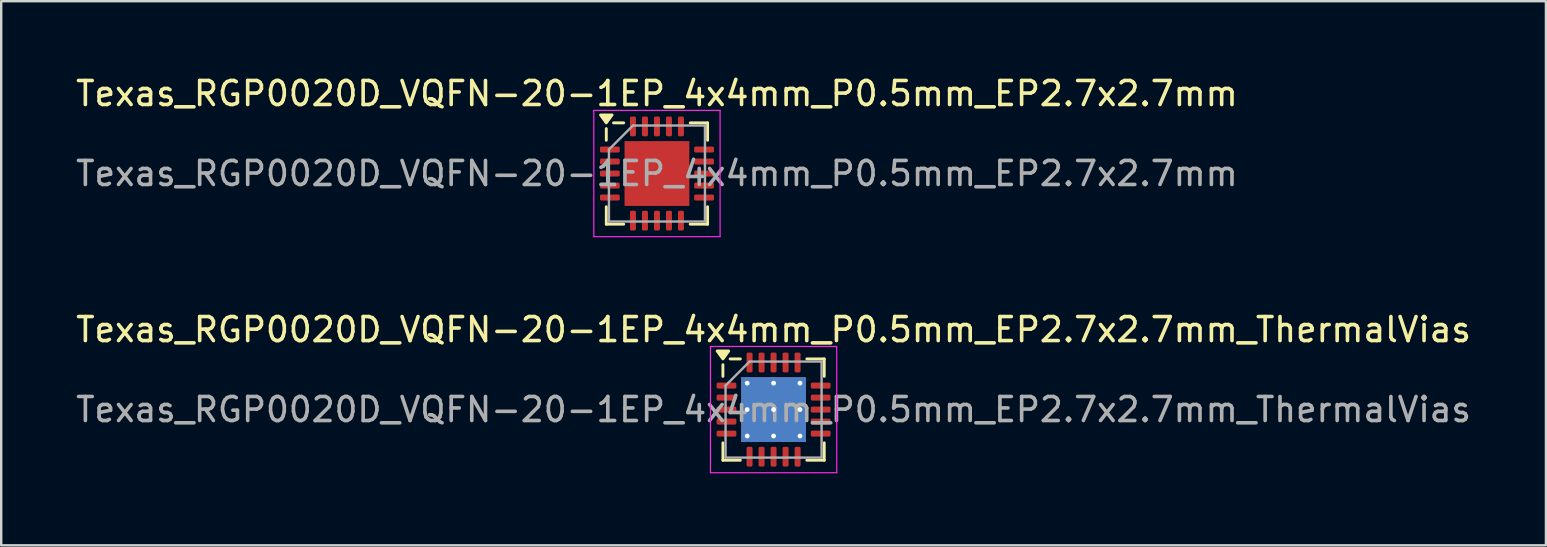
<source format=kicad_pcb>
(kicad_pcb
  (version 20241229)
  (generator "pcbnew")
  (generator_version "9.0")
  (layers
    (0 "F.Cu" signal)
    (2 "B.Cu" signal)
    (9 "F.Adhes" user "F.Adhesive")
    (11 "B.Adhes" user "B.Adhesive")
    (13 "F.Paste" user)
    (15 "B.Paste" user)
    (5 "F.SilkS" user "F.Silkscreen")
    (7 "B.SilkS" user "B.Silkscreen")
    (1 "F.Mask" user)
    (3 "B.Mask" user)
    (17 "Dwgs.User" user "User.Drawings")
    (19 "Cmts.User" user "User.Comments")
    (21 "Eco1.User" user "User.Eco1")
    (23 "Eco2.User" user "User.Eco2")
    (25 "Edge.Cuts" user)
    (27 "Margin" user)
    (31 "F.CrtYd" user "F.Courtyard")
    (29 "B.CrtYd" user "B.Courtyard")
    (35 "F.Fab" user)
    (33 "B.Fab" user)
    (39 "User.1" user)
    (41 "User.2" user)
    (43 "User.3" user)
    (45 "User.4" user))
  (footprint "Texas_RGP0020D_VQFN-20-1EP_4x4mm_P0.5mm_EP2.7x2.7mm"
    (layer "F.Cu")
    (at 24.315 4.178)
    (property "Reference" "Texas_RGP0020D_VQFN-20-1EP_4x4mm_P0.5mm_EP2.7x2.7mm" (at 0 -3.33 0) (layer "F.SilkS") (effects (font (size 1 1) (thickness 0.15))))
    (attr smd)
    (fp_line (start -2.11 -1.385) (end -2.11 -1.87) (stroke (width 0.12) (type solid)) (layer "F.SilkS"))
    (fp_line (start -2.11 2.11) (end -2.11 1.385) (stroke (width 0.12) (type solid)) (layer "F.SilkS"))
    (fp_line (start -1.385 -2.11) (end -1.81 -2.11) (stroke (width 0.12) (type solid)) (layer "F.SilkS"))
    (fp_line (start -1.385 2.11) (end -2.11 2.11) (stroke (width 0.12) (type solid)) (layer "F.SilkS"))
    (fp_line (start 1.385 -2.11) (end 2.11 -2.11) (stroke (width 0.12) (type solid)) (layer "F.SilkS"))
    (fp_line (start 1.385 2.11) (end 2.11 2.11) (stroke (width 0.12) (type solid)) (layer "F.SilkS"))
    (fp_line (start 2.11 -2.11) (end 2.11 -1.385) (stroke (width 0.12) (type solid)) (layer "F.SilkS"))
    (fp_line (start 2.11 2.11) (end 2.11 1.385) (stroke (width 0.12) (type solid)) (layer "F.SilkS"))
    (fp_poly (pts (xy -2.11 -2.11) (xy -2.35 -2.44) (xy -1.87 -2.44) (xy -2.11 -2.11)) (stroke (width 0.12) (type solid)) (fill yes) (layer "F.SilkS"))
    (fp_line (start -2.63 -2.63) (end -2.63 2.63) (stroke (width 0.05) (type solid)) (layer "F.CrtYd"))
    (fp_line (start -2.63 2.63) (end 2.63 2.63) (stroke (width 0.05) (type solid)) (layer "F.CrtYd"))
    (fp_line (start 2.63 -2.63) (end -2.63 -2.63) (stroke (width 0.05) (type solid)) (layer "F.CrtYd"))
    (fp_line (start 2.63 2.63) (end 2.63 -2.63) (stroke (width 0.05) (type solid)) (layer "F.CrtYd"))
    (fp_line (start -2 -1) (end -1 -2) (stroke (width 0.1) (type solid)) (layer "F.Fab"))
    (fp_line (start -2 2) (end -2 -1) (stroke (width 0.1) (type solid)) (layer "F.Fab"))
    (fp_line (start -1 -2) (end 2 -2) (stroke (width 0.1) (type solid)) (layer "F.Fab"))
    (fp_line (start 2 -2) (end 2 2) (stroke (width 0.1) (type solid)) (layer "F.Fab"))
    (fp_line (start 2 2) (end -2 2) (stroke (width 0.1) (type solid)) (layer "F.Fab"))
    (fp_text user "${REFERENCE}" (at 0 0 0) (layer "F.Fab") (effects (font (size 1 1) (thickness 0.15))))
    (pad "" smd roundrect (at -0.675 -0.675) (size 1.09 1.09) (layers "F.Paste") (roundrect_rratio 0.229))
    (pad "" smd roundrect (at -0.675 0.675) (size 1.09 1.09) (layers "F.Paste") (roundrect_rratio 0.229))
    (pad "" smd roundrect (at 0.675 -0.675) (size 1.09 1.09) (layers "F.Paste") (roundrect_rratio 0.229))
    (pad "" smd roundrect (at 0.675 0.675) (size 1.09 1.09) (layers "F.Paste") (roundrect_rratio 0.229))
    (pad "1" smd roundrect (at -1.962 -1) (size 0.825 0.25) (layers "F.Cu" "F.Mask" "F.Paste") (roundrect_rratio 0.25))
    (pad "2" smd roundrect (at -1.962 -0.5) (size 0.825 0.25) (layers "F.Cu" "F.Mask" "F.Paste") (roundrect_rratio 0.25))
    (pad "3" smd roundrect (at -1.962 0) (size 0.825 0.25) (layers "F.Cu" "F.Mask" "F.Paste") (roundrect_rratio 0.25))
    (pad "4" smd roundrect (at -1.962 0.5) (size 0.825 0.25) (layers "F.Cu" "F.Mask" "F.Paste") (roundrect_rratio 0.25))
    (pad "5" smd roundrect (at -1.962 1) (size 0.825 0.25) (layers "F.Cu" "F.Mask" "F.Paste") (roundrect_rratio 0.25))
    (pad "6" smd roundrect (at -1 1.962) (size 0.25 0.825) (layers "F.Cu" "F.Mask" "F.Paste") (roundrect_rratio 0.25))
    (pad "7" smd roundrect (at -0.5 1.962) (size 0.25 0.825) (layers "F.Cu" "F.Mask" "F.Paste") (roundrect_rratio 0.25))
    (pad "8" smd roundrect (at 0 1.962) (size 0.25 0.825) (layers "F.Cu" "F.Mask" "F.Paste") (roundrect_rratio 0.25))
    (pad "9" smd roundrect (at 0.5 1.962) (size 0.25 0.825) (layers "F.Cu" "F.Mask" "F.Paste") (roundrect_rratio 0.25))
    (pad "10" smd roundrect (at 1 1.962) (size 0.25 0.825) (layers "F.Cu" "F.Mask" "F.Paste") (roundrect_rratio 0.25))
    (pad "11" smd roundrect (at 1.962 1) (size 0.825 0.25) (layers "F.Cu" "F.Mask" "F.Paste") (roundrect_rratio 0.25))
    (pad "12" smd roundrect (at 1.962 0.5) (size 0.825 0.25) (layers "F.Cu" "F.Mask" "F.Paste") (roundrect_rratio 0.25))
    (pad "13" smd roundrect (at 1.962 0) (size 0.825 0.25) (layers "F.Cu" "F.Mask" "F.Paste") (roundrect_rratio 0.25))
    (pad "14" smd roundrect (at 1.962 -0.5) (size 0.825 0.25) (layers "F.Cu" "F.Mask" "F.Paste") (roundrect_rratio 0.25))
    (pad "15" smd roundrect (at 1.962 -1) (size 0.825 0.25) (layers "F.Cu" "F.Mask" "F.Paste") (roundrect_rratio 0.25))
    (pad "16" smd roundrect (at 1 -1.962) (size 0.25 0.825) (layers "F.Cu" "F.Mask" "F.Paste") (roundrect_rratio 0.25))
    (pad "17" smd roundrect (at 0.5 -1.962) (size 0.25 0.825) (layers "F.Cu" "F.Mask" "F.Paste") (roundrect_rratio 0.25))
    (pad "18" smd roundrect (at 0 -1.962) (size 0.25 0.825) (layers "F.Cu" "F.Mask" "F.Paste") (roundrect_rratio 0.25))
    (pad "19" smd roundrect (at -0.5 -1.962) (size 0.25 0.825) (layers "F.Cu" "F.Mask" "F.Paste") (roundrect_rratio 0.25))
    (pad "20" smd roundrect (at -1 -1.962) (size 0.25 0.825) (layers "F.Cu" "F.Mask" "F.Paste") (roundrect_rratio 0.25))
    (pad "21" smd rect (at 0 0) (size 2.7 2.7) (property pad_prop_heatsink) (layers "F.Cu" "F.Mask")))
  (footprint "Texas_RGP0020D_VQFN-20-1EP_4x4mm_P0.5mm_EP2.7x2.7mm_ThermalVias"
    (layer "F.Cu")
    (at 29.173 14.011)
    (property "Reference" "Texas_RGP0020D_VQFN-20-1EP_4x4mm_P0.5mm_EP2.7x2.7mm_ThermalVias" (at 0 -3.33 0) (layer "F.SilkS") (effects (font (size 1 1) (thickness 0.15))))
    (attr smd)
    (fp_line (start -2.11 -1.385) (end -2.11 -1.87) (stroke (width 0.12) (type solid)) (layer "F.SilkS"))
    (fp_line (start -2.11 2.11) (end -2.11 1.385) (stroke (width 0.12) (type solid)) (layer "F.SilkS"))
    (fp_line (start -1.385 -2.11) (end -1.81 -2.11) (stroke (width 0.12) (type solid)) (layer "F.SilkS"))
    (fp_line (start -1.385 2.11) (end -2.11 2.11) (stroke (width 0.12) (type solid)) (layer "F.SilkS"))
    (fp_line (start 1.385 -2.11) (end 2.11 -2.11) (stroke (width 0.12) (type solid)) (layer "F.SilkS"))
    (fp_line (start 1.385 2.11) (end 2.11 2.11) (stroke (width 0.12) (type solid)) (layer "F.SilkS"))
    (fp_line (start 2.11 -2.11) (end 2.11 -1.385) (stroke (width 0.12) (type solid)) (layer "F.SilkS"))
    (fp_line (start 2.11 2.11) (end 2.11 1.385) (stroke (width 0.12) (type solid)) (layer "F.SilkS"))
    (fp_poly (pts (xy -2.11 -2.11) (xy -2.35 -2.44) (xy -1.87 -2.44) (xy -2.11 -2.11)) (stroke (width 0.12) (type solid)) (fill yes) (layer "F.SilkS"))
    (fp_line (start -2.63 -2.63) (end -2.63 2.63) (stroke (width 0.05) (type solid)) (layer "F.CrtYd"))
    (fp_line (start -2.63 2.63) (end 2.63 2.63) (stroke (width 0.05) (type solid)) (layer "F.CrtYd"))
    (fp_line (start 2.63 -2.63) (end -2.63 -2.63) (stroke (width 0.05) (type solid)) (layer "F.CrtYd"))
    (fp_line (start 2.63 2.63) (end 2.63 -2.63) (stroke (width 0.05) (type solid)) (layer "F.CrtYd"))
    (fp_line (start -2 -1) (end -1 -2) (stroke (width 0.1) (type solid)) (layer "F.Fab"))
    (fp_line (start -2 2) (end -2 -1) (stroke (width 0.1) (type solid)) (layer "F.Fab"))
    (fp_line (start -1 -2) (end 2 -2) (stroke (width 0.1) (type solid)) (layer "F.Fab"))
    (fp_line (start 2 -2) (end 2 2) (stroke (width 0.1) (type solid)) (layer "F.Fab"))
    (fp_line (start 2 2) (end -2 2) (stroke (width 0.1) (type solid)) (layer "F.Fab"))
    (fp_text user "${REFERENCE}" (at 0 0 0) (layer "F.Fab") (effects (font (size 1 1) (thickness 0.15))))
    (pad "" smd roundrect (at -0.675 -0.675) (size 1.13 1.13) (layers "F.Paste") (roundrect_rratio 0.221))
    (pad "" smd roundrect (at -0.675 0.675) (size 1.13 1.13) (layers "F.Paste") (roundrect_rratio 0.221))
    (pad "" smd roundrect (at 0.675 -0.675) (size 1.13 1.13) (layers "F.Paste") (roundrect_rratio 0.221))
    (pad "" smd roundrect (at 0.675 0.675) (size 1.13 1.13) (layers "F.Paste") (roundrect_rratio 0.221))
    (pad "1" smd roundrect (at -1.962 -1) (size 0.825 0.25) (layers "F.Cu" "F.Mask" "F.Paste") (roundrect_rratio 0.25))
    (pad "2" smd roundrect (at -1.962 -0.5) (size 0.825 0.25) (layers "F.Cu" "F.Mask" "F.Paste") (roundrect_rratio 0.25))
    (pad "3" smd roundrect (at -1.962 0) (size 0.825 0.25) (layers "F.Cu" "F.Mask" "F.Paste") (roundrect_rratio 0.25))
    (pad "4" smd roundrect (at -1.962 0.5) (size 0.825 0.25) (layers "F.Cu" "F.Mask" "F.Paste") (roundrect_rratio 0.25))
    (pad "5" smd roundrect (at -1.962 1) (size 0.825 0.25) (layers "F.Cu" "F.Mask" "F.Paste") (roundrect_rratio 0.25))
    (pad "6" smd roundrect (at -1 1.962) (size 0.25 0.825) (layers "F.Cu" "F.Mask" "F.Paste") (roundrect_rratio 0.25))
    (pad "7" smd roundrect (at -0.5 1.962) (size 0.25 0.825) (layers "F.Cu" "F.Mask" "F.Paste") (roundrect_rratio 0.25))
    (pad "8" smd roundrect (at 0 1.962) (size 0.25 0.825) (layers "F.Cu" "F.Mask" "F.Paste") (roundrect_rratio 0.25))
    (pad "9" smd roundrect (at 0.5 1.962) (size 0.25 0.825) (layers "F.Cu" "F.Mask" "F.Paste") (roundrect_rratio 0.25))
    (pad "10" smd roundrect (at 1 1.962) (size 0.25 0.825) (layers "F.Cu" "F.Mask" "F.Paste") (roundrect_rratio 0.25))
    (pad "11" smd roundrect (at 1.962 1) (size 0.825 0.25) (layers "F.Cu" "F.Mask" "F.Paste") (roundrect_rratio 0.25))
    (pad "12" smd roundrect (at 1.962 0.5) (size 0.825 0.25) (layers "F.Cu" "F.Mask" "F.Paste") (roundrect_rratio 0.25))
    (pad "13" smd roundrect (at 1.962 0) (size 0.825 0.25) (layers "F.Cu" "F.Mask" "F.Paste") (roundrect_rratio 0.25))
    (pad "14" smd roundrect (at 1.962 -0.5) (size 0.825 0.25) (layers "F.Cu" "F.Mask" "F.Paste") (roundrect_rratio 0.25))
    (pad "15" smd roundrect (at 1.962 -1) (size 0.825 0.25) (layers "F.Cu" "F.Mask" "F.Paste") (roundrect_rratio 0.25))
    (pad "16" smd roundrect (at 1 -1.962) (size 0.25 0.825) (layers "F.Cu" "F.Mask" "F.Paste") (roundrect_rratio 0.25))
    (pad "17" smd roundrect (at 0.5 -1.962) (size 0.25 0.825) (layers "F.Cu" "F.Mask" "F.Paste") (roundrect_rratio 0.25))
    (pad "18" smd roundrect (at 0 -1.962) (size 0.25 0.825) (layers "F.Cu" "F.Mask" "F.Paste") (roundrect_rratio 0.25))
    (pad "19" smd roundrect (at -0.5 -1.962) (size 0.25 0.825) (layers "F.Cu" "F.Mask" "F.Paste") (roundrect_rratio 0.25))
    (pad "20" smd roundrect (at -1 -1.962) (size 0.25 0.825) (layers "F.Cu" "F.Mask" "F.Paste") (roundrect_rratio 0.25))
    (pad "21" thru_hole circle (at -1.1 -1.1) (size 0.5 0.5) (drill 0.2) (property pad_prop_heatsink) (layers "*.Cu"))
    (pad "21" thru_hole circle (at -1.1 0) (size 0.5 0.5) (drill 0.2) (property pad_prop_heatsink) (layers "*.Cu"))
    (pad "21" thru_hole circle (at -1.1 1.1) (size 0.5 0.5) (drill 0.2) (property pad_prop_heatsink) (layers "*.Cu"))
    (pad "21" thru_hole circle (at 0 -1.1) (size 0.5 0.5) (drill 0.2) (property pad_prop_heatsink) (layers "*.Cu"))
    (pad "21" thru_hole circle (at 0 0) (size 0.5 0.5) (drill 0.2) (property pad_prop_heatsink) (layers "*.Cu"))
    (pad "21" smd rect (at 0 0) (size 2.7 2.7) (property pad_prop_heatsink) (layers "F.Cu" "F.Mask"))
    (pad "21" smd rect (at 0 0) (size 2.7 2.7) (property pad_prop_heatsink) (layers "B.Cu"))
    (pad "21" thru_hole circle (at 0 1.1) (size 0.5 0.5) (drill 0.2) (property pad_prop_heatsink) (layers "*.Cu"))
    (pad "21" thru_hole circle (at 1.1 -1.1) (size 0.5 0.5) (drill 0.2) (property pad_prop_heatsink) (layers "*.Cu"))
    (pad "21" thru_hole circle (at 1.1 0) (size 0.5 0.5) (drill 0.2) (property pad_prop_heatsink) (layers "*.Cu"))
    (pad "21" thru_hole circle (at 1.1 1.1) (size 0.5 0.5) (drill 0.2) (property pad_prop_heatsink) (layers "*.Cu")))
  (gr_rect
    (start -3 -3)
    (end 61.345 19.666)
    (stroke (width 0.1) (type default))
    (fill no)
    (layer "Edge.Cuts")))
</source>
